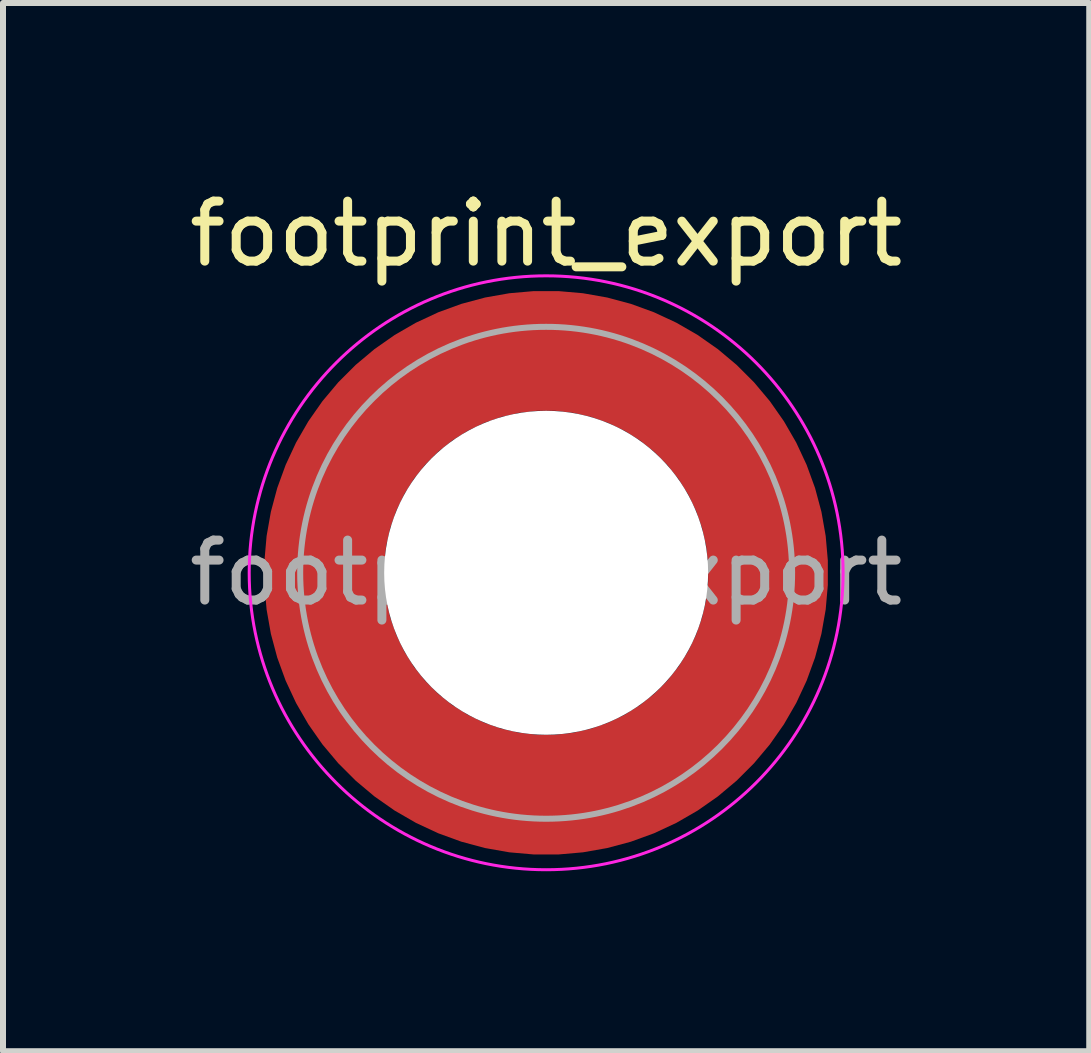
<source format=kicad_pcb>
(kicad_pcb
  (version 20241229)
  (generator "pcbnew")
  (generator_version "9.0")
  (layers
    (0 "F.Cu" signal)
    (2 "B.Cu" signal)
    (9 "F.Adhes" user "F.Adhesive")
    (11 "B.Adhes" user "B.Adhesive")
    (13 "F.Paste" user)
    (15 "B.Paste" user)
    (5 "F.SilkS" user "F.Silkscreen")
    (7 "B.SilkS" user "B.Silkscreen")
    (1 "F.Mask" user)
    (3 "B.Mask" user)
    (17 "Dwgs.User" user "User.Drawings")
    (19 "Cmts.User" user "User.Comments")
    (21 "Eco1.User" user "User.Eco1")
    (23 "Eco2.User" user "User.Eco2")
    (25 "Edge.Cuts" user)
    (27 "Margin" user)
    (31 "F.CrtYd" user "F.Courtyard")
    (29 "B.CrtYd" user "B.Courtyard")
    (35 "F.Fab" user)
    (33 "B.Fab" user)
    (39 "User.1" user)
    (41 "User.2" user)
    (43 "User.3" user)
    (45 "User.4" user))
  (footprint "footprint_export"
    (layer "F.Cu")
    (at 6.054 6.498)
    (property "Reference" "footprint_export" (at 0 -5.65 0) (layer "F.SilkS") (effects (font (size 1 1) (thickness 0.15))))
    (attr smd)
    (fp_circle (center 0 0) (end 4.95 0) (stroke (width 0.05) (type solid)) (fill no) (layer "F.CrtYd"))
    (fp_circle (center 0 0) (end 4.1 0) (stroke (width 0.1) (type solid)) (fill no) (layer "F.Fab"))
    (fp_text user "${REFERENCE}" (at 0 0 0) (layer "F.Fab") (effects (font (size 1 1) (thickness 0.15))))
    (pad "" smd custom (at -2.607 -2.607) (size 1.495 1.495) (layers "F.Paste") (options (anchor circle)) (primitives (gr_arc (start -0.188183 2.107456) (mid 0.598928 0.599619) (end 2.106494 -0.188011) (width 0.2)) (gr_arc (start -0.289416 2.107456) (mid 0.528508 0.529033) (end 2.106724 -0.28929) (width 0.2)) (gr_arc (start -0.390547 2.107456) (mid 0.457087 0.459449) (end 2.104161 -0.389996) (width 0.2)) (gr_arc (start -0.491585 2.107456) (mid 0.386415 0.389116) (end 2.103685 -0.490974) (width 0.2)) (gr_arc (start -0.59254 2.107456) (mid 0.31649 0.318035) (end 2.105297 -0.592202) (width 0.2)) (gr_arc (start -0.693419 2.107456) (mid 0.245252 0.248268) (end 2.103239 -0.692777) (width 0.2)) (gr_arc (start -0.794229 2.107456) (mid 0.174636 0.177878) (end 2.102921 -0.793559) (width 0.2)) (gr_arc (start -0.894975 2.107456) (mid 0.104643 0.106866) (end 2.104343 -0.894529) (width 0.2)) (gr_arc (start -0.995664 2.107456) (mid 0.033026 0.037479) (end 2.101219 -0.994793) (width 0.2)) (gr_arc (start -1.0963 2.107456) (mid -0.035789 -0.034714) (end 2.105949 -1.096096) (width 0.2)) (gr_arc (start -1.196886 2.107456) (mid -0.106351 -0.105157) (end 2.105783 -1.196666) (width 0.2)) (gr_arc (start -1.297427 2.107456) (mid -0.176416 -0.176097) (end 2.107009 -1.29737) (width 0.2)) (gr_arc (start -1.397927 2.107456) (mid -0.248476 -0.245042) (end 2.102638 -1.397323) (width 0.2)) (gr_arc (start -1.498388 2.107456) (mid -0.317612 -0.316913) (end 2.106475 -1.498268) (width 0.2)) (gr_arc (start -1.598813 2.107456) (mid -0.388865 -0.386665) (end 2.104366 -1.598444) (width 0.2)) (gr_arc (start -1.699204 2.107456) (mid -0.459747 -0.456787) (end 2.103299 -1.698719) (width 0.2)) (gr_arc (start -1.799565 2.107456) (mid -0.530257 -0.527283) (end 2.103277 -1.799089) (width 0.2)) (gr_arc (start -1.899896 2.107456) (mid -0.600396 -0.59815) (end 2.104299 -1.899545) (width 0.2)) (gr_arc (start -1.899896 2.107456) (mid -0.600396 -0.59815) (end 2.104299 -1.899545) (width 0.2)) (gr_line (start 2.107 -0.188) (end 2.107 -1.9) (width 0.2)) (gr_line (start -0.188 2.107) (end -1.9 2.107) (width 0.2))))
    (pad "" smd custom (at -2.607 2.607) (size 1.495 1.495) (layers "F.Paste") (options (anchor circle)) (primitives (gr_arc (start 2.107456 0.188183) (mid 0.599619 -0.598928) (end -0.188011 -2.106494) (width 0.2)) (gr_arc (start 2.107456 0.289416) (mid 0.529033 -0.528508) (end -0.28929 -2.106724) (width 0.2)) (gr_arc (start 2.107456 0.390547) (mid 0.459449 -0.457087) (end -0.389996 -2.104161) (width 0.2)) (gr_arc (start 2.107456 0.491585) (mid 0.389116 -0.386415) (end -0.490974 -2.103685) (width 0.2)) (gr_arc (start 2.107456 0.59254) (mid 0.318035 -0.31649) (end -0.592202 -2.105297) (width 0.2)) (gr_arc (start 2.107456 0.693419) (mid 0.248268 -0.245252) (end -0.692777 -2.103239) (width 0.2)) (gr_arc (start 2.107456 0.794229) (mid 0.177878 -0.174636) (end -0.793559 -2.102921) (width 0.2)) (gr_arc (start 2.107456 0.894975) (mid 0.106866 -0.104643) (end -0.894529 -2.104343) (width 0.2)) (gr_arc (start 2.107456 0.995664) (mid 0.037479 -0.033026) (end -0.994793 -2.101219) (width 0.2)) (gr_arc (start 2.107456 1.0963) (mid -0.034714 0.035789) (end -1.096096 -2.105949) (width 0.2)) (gr_arc (start 2.107456 1.196886) (mid -0.105157 0.106351) (end -1.196666 -2.105783) (width 0.2)) (gr_arc (start 2.107456 1.297427) (mid -0.176097 0.176416) (end -1.29737 -2.107009) (width 0.2)) (gr_arc (start 2.107456 1.397927) (mid -0.245042 0.248476) (end -1.397323 -2.102638) (width 0.2)) (gr_arc (start 2.107456 1.498388) (mid -0.316913 0.317612) (end -1.498268 -2.106475) (width 0.2)) (gr_arc (start 2.107456 1.598813) (mid -0.386665 0.388865) (end -1.598444 -2.104366) (width 0.2)) (gr_arc (start 2.107456 1.699204) (mid -0.456787 0.459747) (end -1.698719 -2.103299) (width 0.2)) (gr_arc (start 2.107456 1.799565) (mid -0.527283 0.530257) (end -1.799089 -2.103277) (width 0.2)) (gr_arc (start 2.107456 1.899896) (mid -0.59815 0.600396) (end -1.899545 -2.104299) (width 0.2)) (gr_arc (start 2.107456 1.899896) (mid -0.59815 0.600396) (end -1.899545 -2.104299) (width 0.2)) (gr_line (start -0.188 -2.107) (end -1.9 -2.107) (width 0.2)) (gr_line (start 2.107 0.188) (end 2.107 1.9) (width 0.2))))
    (pad "" np_thru_hole circle (at 0 0) (size 5.4 5.4) (drill 5.4) (layers "*.Cu" "*.Mask"))
    (pad "" smd custom (at 2.607 -2.607) (size 1.495 1.495) (layers "F.Paste") (options (anchor circle)) (primitives (gr_arc (start -2.107456 -0.188183) (mid -0.599619 0.598928) (end 0.188011 2.106494) (width 0.2)) (gr_arc (start -2.107456 -0.289416) (mid -0.529033 0.528508) (end 0.28929 2.106724) (width 0.2)) (gr_arc (start -2.107456 -0.390547) (mid -0.459449 0.457087) (end 0.389996 2.104161) (width 0.2)) (gr_arc (start -2.107456 -0.491585) (mid -0.389116 0.386415) (end 0.490974 2.103685) (width 0.2)) (gr_arc (start -2.107456 -0.59254) (mid -0.318035 0.31649) (end 0.592202 2.105297) (width 0.2)) (gr_arc (start -2.107456 -0.693419) (mid -0.248268 0.245252) (end 0.692777 2.103239) (width 0.2)) (gr_arc (start -2.107456 -0.794229) (mid -0.177878 0.174636) (end 0.793559 2.102921) (width 0.2)) (gr_arc (start -2.107456 -0.894975) (mid -0.106866 0.104643) (end 0.894529 2.104343) (width 0.2)) (gr_arc (start -2.107456 -0.995664) (mid -0.037479 0.033026) (end 0.994793 2.101219) (width 0.2)) (gr_arc (start -2.107456 -1.0963) (mid 0.034714 -0.035789) (end 1.096096 2.105949) (width 0.2)) (gr_arc (start -2.107456 -1.196886) (mid 0.105157 -0.106351) (end 1.196666 2.105783) (width 0.2)) (gr_arc (start -2.107456 -1.297427) (mid 0.176097 -0.176416) (end 1.29737 2.107009) (width 0.2)) (gr_arc (start -2.107456 -1.397927) (mid 0.245042 -0.248476) (end 1.397323 2.102638) (width 0.2)) (gr_arc (start -2.107456 -1.498388) (mid 0.316913 -0.317612) (end 1.498268 2.106475) (width 0.2)) (gr_arc (start -2.107456 -1.598813) (mid 0.386665 -0.388865) (end 1.598444 2.104366) (width 0.2)) (gr_arc (start -2.107456 -1.699204) (mid 0.456787 -0.459747) (end 1.698719 2.103299) (width 0.2)) (gr_arc (start -2.107456 -1.799565) (mid 0.527283 -0.530257) (end 1.799089 2.103277) (width 0.2)) (gr_arc (start -2.107456 -1.899896) (mid 0.59815 -0.600396) (end 1.899545 2.104299) (width 0.2)) (gr_arc (start -2.107456 -1.899896) (mid 0.59815 -0.600396) (end 1.899545 2.104299) (width 0.2)) (gr_line (start 0.188 2.107) (end 1.9 2.107) (width 0.2)) (gr_line (start -2.107 -0.188) (end -2.107 -1.9) (width 0.2))))
    (pad "" smd custom (at 2.607 2.607) (size 1.495 1.495) (layers "F.Paste") (options (anchor circle)) (primitives (gr_arc (start 0.188183 -2.107456) (mid -0.598928 -0.599619) (end -2.106494 0.188011) (width 0.2)) (gr_arc (start 0.289416 -2.107456) (mid -0.528508 -0.529033) (end -2.106724 0.28929) (width 0.2)) (gr_arc (start 0.390547 -2.107456) (mid -0.457087 -0.459449) (end -2.104161 0.389996) (width 0.2)) (gr_arc (start 0.491585 -2.107456) (mid -0.386415 -0.389116) (end -2.103685 0.490974) (width 0.2)) (gr_arc (start 0.59254 -2.107456) (mid -0.31649 -0.318035) (end -2.105297 0.592202) (width 0.2)) (gr_arc (start 0.693419 -2.107456) (mid -0.245252 -0.248268) (end -2.103239 0.692777) (width 0.2)) (gr_arc (start 0.794229 -2.107456) (mid -0.174636 -0.177878) (end -2.102921 0.793559) (width 0.2)) (gr_arc (start 0.894975 -2.107456) (mid -0.104643 -0.106866) (end -2.104343 0.894529) (width 0.2)) (gr_arc (start 0.995664 -2.107456) (mid -0.033026 -0.037479) (end -2.101219 0.994793) (width 0.2)) (gr_arc (start 1.0963 -2.107456) (mid 0.035789 0.034714) (end -2.105949 1.096096) (width 0.2)) (gr_arc (start 1.196886 -2.107456) (mid 0.106351 0.105157) (end -2.105783 1.196666) (width 0.2)) (gr_arc (start 1.297427 -2.107456) (mid 0.176416 0.176097) (end -2.107009 1.29737) (width 0.2)) (gr_arc (start 1.397927 -2.107456) (mid 0.248476 0.245042) (end -2.102638 1.397323) (width 0.2)) (gr_arc (start 1.498388 -2.107456) (mid 0.317612 0.316913) (end -2.106475 1.498268) (width 0.2)) (gr_arc (start 1.598813 -2.107456) (mid 0.388865 0.386665) (end -2.104366 1.598444) (width 0.2)) (gr_arc (start 1.699204 -2.107456) (mid 0.459747 0.456787) (end -2.103299 1.698719) (width 0.2)) (gr_arc (start 1.799565 -2.107456) (mid 0.530257 0.527283) (end -2.103277 1.799089) (width 0.2)) (gr_arc (start 1.899896 -2.107456) (mid 0.600396 0.59815) (end -2.104299 1.899545) (width 0.2)) (gr_arc (start 1.899896 -2.107456) (mid 0.600396 0.59815) (end -2.104299 1.899545) (width 0.2)) (gr_line (start -2.107 0.188) (end -2.107 1.9) (width 0.2)) (gr_line (start 0.188 -2.107) (end 1.9 -2.107) (width 0.2))))
    (pad "1" smd circle (at -3.7 0) (size 1.6 1.6) (layers "F.Cu"))
    (pad "1" smd circle (at 0 -3.7) (size 1.6 1.6) (layers "F.Cu"))
    (pad "1" smd circle (at 0 3.7) (size 1.6 1.6) (layers "F.Cu"))
    (pad "1" smd custom (at 3.7 0) (size 1.6 1.6) (layers "F.Cu" "F.Mask") (options (anchor circle)) (primitives (gr_circle (center -3.7 0) (end 0 0) (width 2) (fill no)))))
  (gr_rect
    (start -3 -3)
    (end 15.107 14.473)
    (stroke (width 0.1) (type default))
    (fill no)
    (layer "Edge.Cuts")))
</source>
